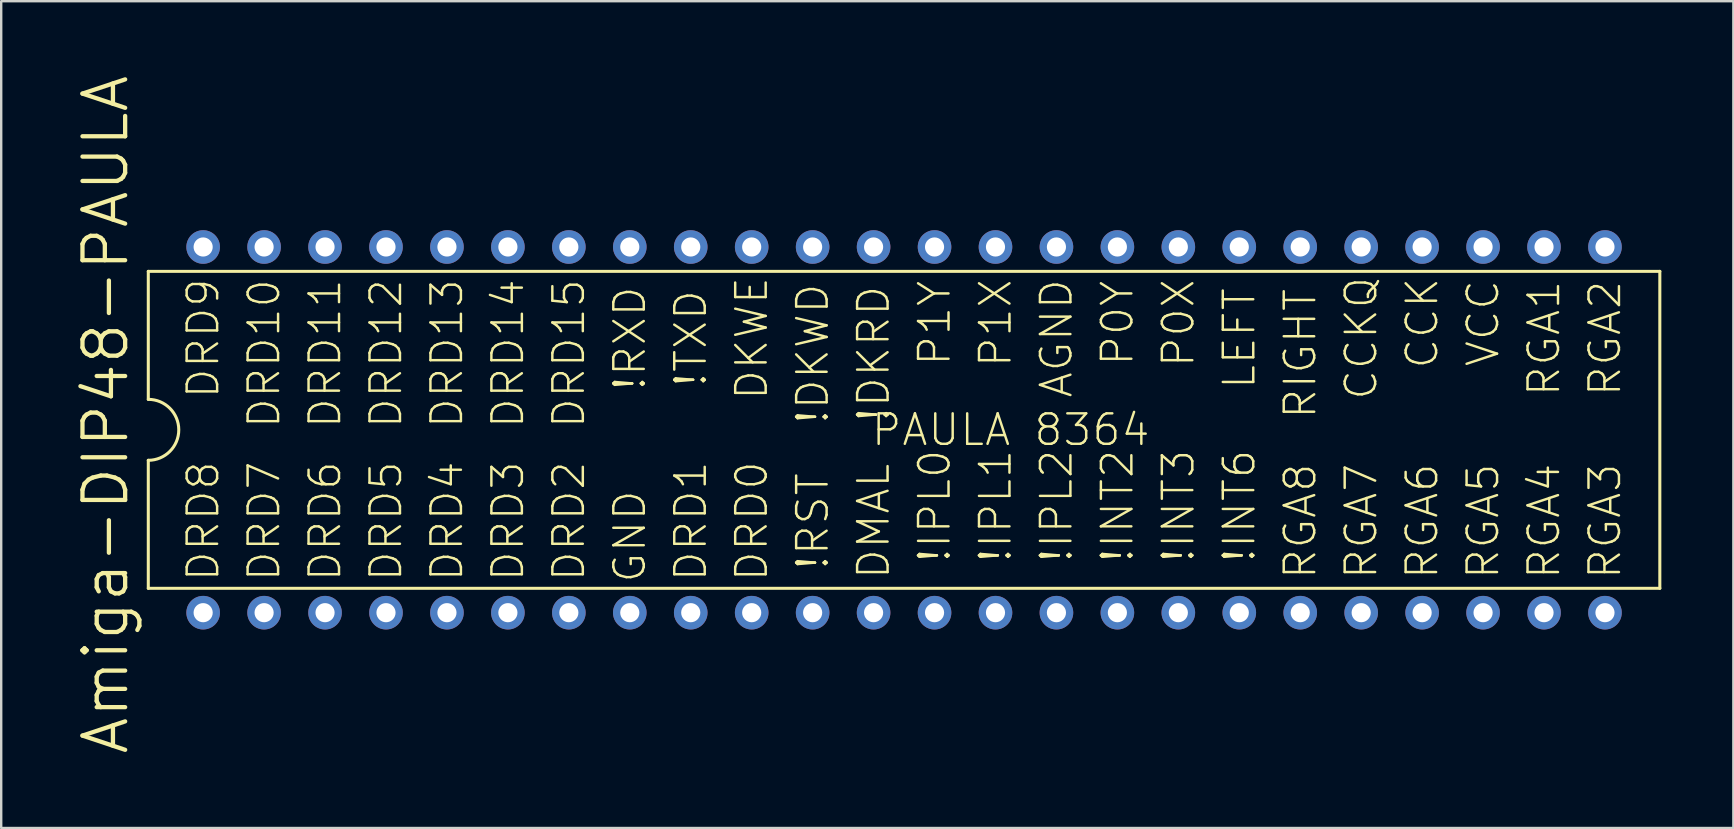
<source format=kicad_pcb>
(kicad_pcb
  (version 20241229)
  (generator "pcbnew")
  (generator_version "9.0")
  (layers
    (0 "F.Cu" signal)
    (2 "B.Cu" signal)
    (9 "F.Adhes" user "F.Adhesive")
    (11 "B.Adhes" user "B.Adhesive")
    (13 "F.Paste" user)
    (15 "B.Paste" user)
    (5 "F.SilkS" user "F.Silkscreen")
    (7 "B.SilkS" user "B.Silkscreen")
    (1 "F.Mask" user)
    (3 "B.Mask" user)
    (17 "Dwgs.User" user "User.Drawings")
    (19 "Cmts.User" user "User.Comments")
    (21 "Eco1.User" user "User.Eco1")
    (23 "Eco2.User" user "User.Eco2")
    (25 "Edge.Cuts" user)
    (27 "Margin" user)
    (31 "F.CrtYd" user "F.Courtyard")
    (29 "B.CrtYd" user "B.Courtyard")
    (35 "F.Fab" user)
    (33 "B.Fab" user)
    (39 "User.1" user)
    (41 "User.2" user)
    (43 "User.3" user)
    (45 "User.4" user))
  (footprint "Amiga-DIP48-PAULA"
    (layer "F.Cu")
    (at 34.626 14.863)
    (property "Reference" "Amiga-DIP48-PAULA" (at -33.274 -0.635 90) (layer "F.SilkS") (effects (font (size 1.778 1.778) (thickness 0.178))))
    (attr exclude_from_pos_files exclude_from_bom)
    (fp_line (start -31.496 -6.604) (end -31.496 -1.27) (stroke (width 0.127) (type solid)) (layer "F.SilkS"))
    (fp_line (start -31.496 -6.604) (end 31.496 -6.604) (stroke (width 0.127) (type solid)) (layer "F.SilkS"))
    (fp_line (start -31.496 1.27) (end -31.496 6.604) (stroke (width 0.127) (type solid)) (layer "F.SilkS"))
    (fp_line (start -31.496 6.604) (end 31.496 6.604) (stroke (width 0.127) (type solid)) (layer "F.SilkS"))
    (fp_line (start 31.496 6.604) (end 31.496 -6.604) (stroke (width 0.127) (type solid)) (layer "F.SilkS"))
    (fp_arc (start -31.496 -1.27) (mid -30.226 0) (end -31.496 1.27) (stroke (width 0.127) (type solid)) (layer "F.SilkS"))
    (fp_text user "DRD1" (at -8.89 3.81 90) (layer "F.SilkS") (effects (font (size 1.27 1.27) (thickness 0.102))))
    (fp_text user "DRD6" (at -24.13 3.81 90) (layer "F.SilkS") (effects (font (size 1.27 1.27) (thickness 0.102))))
    (fp_text user "DRD0" (at -6.35 3.81 90) (layer "F.SilkS") (effects (font (size 1.27 1.27) (thickness 0.102))))
    (fp_text user "P1Y" (at 1.27 -4.445 90) (layer "F.SilkS") (effects (font (size 1.27 1.27) (thickness 0.102))))
    (fp_text user "RGA5" (at 24.13 3.81 90) (layer "F.SilkS") (effects (font (size 1.27 1.27) (thickness 0.102))))
    (fp_text user "DRD12" (at -21.59 -3.175 90) (layer "F.SilkS") (effects (font (size 1.27 1.27) (thickness 0.102))))
    (fp_text user "RGA4" (at 26.67 3.81 90) (layer "F.SilkS") (effects (font (size 1.27 1.27) (thickness 0.102))))
    (fp_text user "RGA8" (at 16.51 3.81 90) (layer "F.SilkS") (effects (font (size 1.27 1.27) (thickness 0.102))))
    (fp_text user "DRD8" (at -29.21 3.81 90) (layer "F.SilkS") (effects (font (size 1.27 1.27) (thickness 0.102))))
    (fp_text user "GND" (at -11.43 4.445 90) (layer "F.SilkS") (effects (font (size 1.27 1.27) (thickness 0.102))))
    (fp_text user "DRD10" (at -26.67 -3.175 90) (layer "F.SilkS") (effects (font (size 1.27 1.27) (thickness 0.102))))
    (fp_text user "P1X" (at 3.81 -4.445 90) (layer "F.SilkS") (effects (font (size 1.27 1.27) (thickness 0.102))))
    (fp_text user "DRD11" (at -24.13 -3.175 90) (layer "F.SilkS") (effects (font (size 1.27 1.27) (thickness 0.102))))
    (fp_text user "VCC" (at 24.13 -4.445 90) (layer "F.SilkS") (effects (font (size 1.27 1.27) (thickness 0.102))))
    (fp_text user "DRD13" (at -19.05 -3.175 90) (layer "F.SilkS") (effects (font (size 1.27 1.27) (thickness 0.102))))
    (fp_text user "DRD9" (at -29.21 -3.81 90) (layer "F.SilkS") (effects (font (size 1.27 1.27) (thickness 0.102))))
    (fp_text user "DRD14" (at -16.51 -3.175 90) (layer "F.SilkS") (effects (font (size 1.27 1.27) (thickness 0.102))))
    (fp_text user "DMAL" (at -1.27 3.81 90) (layer "F.SilkS") (effects (font (size 1.27 1.27) (thickness 0.102))))
    (fp_text user "DRD5" (at -21.59 3.81 90) (layer "F.SilkS") (effects (font (size 1.27 1.27) (thickness 0.102))))
    (fp_text user "DRD15" (at -13.97 -3.175 90) (layer "F.SilkS") (effects (font (size 1.27 1.27) (thickness 0.102))))
    (fp_text user "RGA1" (at 26.67 -3.81 90) (layer "F.SilkS") (effects (font (size 1.27 1.27) (thickness 0.102))))
    (fp_text user "!IPL0" (at 1.27 3.175 90) (layer "F.SilkS") (effects (font (size 1.27 1.27) (thickness 0.102))))
    (fp_text user "DRD3" (at -16.51 3.81 90) (layer "F.SilkS") (effects (font (size 1.27 1.27) (thickness 0.102))))
    (fp_text user "RGA2" (at 29.21 -3.81 90) (layer "F.SilkS") (effects (font (size 1.27 1.27) (thickness 0.102))))
    (fp_text user "!DKRD" (at -1.27 -3.175 90) (layer "F.SilkS") (effects (font (size 1.27 1.27) (thickness 0.102))))
    (fp_text user "AGND" (at 6.35 -3.81 90) (layer "F.SilkS") (effects (font (size 1.27 1.27) (thickness 0.102))))
    (fp_text user "CCK" (at 21.59 -4.445 90) (layer "F.SilkS") (effects (font (size 1.27 1.27) (thickness 0.102))))
    (fp_text user "!INT3" (at 11.43 3.175 90) (layer "F.SilkS") (effects (font (size 1.27 1.27) (thickness 0.102))))
    (fp_text user "P0Y" (at 8.89 -4.445 90) (layer "F.SilkS") (effects (font (size 1.27 1.27) (thickness 0.102))))
    (fp_text user "!IPL1" (at 3.81 3.175 90) (layer "F.SilkS") (effects (font (size 1.27 1.27) (thickness 0.102))))
    (fp_text user "!INT6" (at 13.97 3.175 90) (layer "F.SilkS") (effects (font (size 1.27 1.27) (thickness 0.102))))
    (fp_text user "!TXD" (at -8.89 -3.81 90) (layer "F.SilkS") (effects (font (size 1.27 1.27) (thickness 0.102))))
    (fp_text user "!IPL2" (at 6.35 3.175 90) (layer "F.SilkS") (effects (font (size 1.27 1.27) (thickness 0.102))))
    (fp_text user "!DKWD" (at -3.81 -3.175 90) (layer "F.SilkS") (effects (font (size 1.27 1.27) (thickness 0.102))))
    (fp_text user "PAULA 8364" (at 4.445 0 0) (layer "F.SilkS") (effects (font (size 1.27 1.27) (thickness 0.102))))
    (fp_text user "!RST" (at -3.81 3.81 90) (layer "F.SilkS") (effects (font (size 1.27 1.27) (thickness 0.102))))
    (fp_text user "CCKQ" (at 19.05 -3.81 90) (layer "F.SilkS") (effects (font (size 1.27 1.27) (thickness 0.102))))
    (fp_text user "P0X" (at 11.43 -4.445 90) (layer "F.SilkS") (effects (font (size 1.27 1.27) (thickness 0.102))))
    (fp_text user "RGA3" (at 29.21 3.81 90) (layer "F.SilkS") (effects (font (size 1.27 1.27) (thickness 0.102))))
    (fp_text user "DRD4" (at -19.05 3.81 90) (layer "F.SilkS") (effects (font (size 1.27 1.27) (thickness 0.102))))
    (fp_text user "!INT2" (at 8.89 3.175 90) (layer "F.SilkS") (effects (font (size 1.27 1.27) (thickness 0.102))))
    (fp_text user "RIGHT" (at 16.51 -3.175 90) (layer "F.SilkS") (effects (font (size 1.27 1.27) (thickness 0.102))))
    (fp_text user "RGA6" (at 21.59 3.81 90) (layer "F.SilkS") (effects (font (size 1.27 1.27) (thickness 0.102))))
    (fp_text user "LEFT" (at 13.97 -3.81 90) (layer "F.SilkS") (effects (font (size 1.27 1.27) (thickness 0.102))))
    (fp_text user "DKWE" (at -6.35 -3.81 90) (layer "F.SilkS") (effects (font (size 1.27 1.27) (thickness 0.102))))
    (fp_text user "!RXD" (at -11.43 -3.81 90) (layer "F.SilkS") (effects (font (size 1.27 1.27) (thickness 0.102))))
    (fp_text user "DRD7" (at -26.67 3.81 90) (layer "F.SilkS") (effects (font (size 1.27 1.27) (thickness 0.102))))
    (fp_text user "RGA7" (at 19.05 3.81 90) (layer "F.SilkS") (effects (font (size 1.27 1.27) (thickness 0.102))))
    (fp_text user "DRD2" (at -13.97 3.81 90) (layer "F.SilkS") (effects (font (size 1.27 1.27) (thickness 0.102))))
    (pad "1" thru_hole circle (at -29.21 7.62) (size 1.4 1.4) (drill 0.798) (layers "*.Cu" "*.Paste" "*.Mask"))
    (pad "2" thru_hole circle (at -26.67 7.62) (size 1.4 1.4) (drill 0.798) (layers "*.Cu" "*.Paste" "*.Mask"))
    (pad "3" thru_hole circle (at -24.13 7.62) (size 1.4 1.4) (drill 0.798) (layers "*.Cu" "*.Paste" "*.Mask"))
    (pad "4" thru_hole circle (at -21.59 7.62) (size 1.4 1.4) (drill 0.798) (layers "*.Cu" "*.Paste" "*.Mask"))
    (pad "5" thru_hole circle (at -19.05 7.62) (size 1.4 1.4) (drill 0.798) (layers "*.Cu" "*.Paste" "*.Mask"))
    (pad "6" thru_hole circle (at -16.51 7.62) (size 1.4 1.4) (drill 0.798) (layers "*.Cu" "*.Paste" "*.Mask"))
    (pad "7" thru_hole circle (at -13.97 7.62) (size 1.4 1.4) (drill 0.798) (layers "*.Cu" "*.Paste" "*.Mask"))
    (pad "8" thru_hole circle (at -11.43 7.62) (size 1.4 1.4) (drill 0.798) (layers "*.Cu" "*.Paste" "*.Mask"))
    (pad "9" thru_hole circle (at -8.89 7.62) (size 1.4 1.4) (drill 0.798) (layers "*.Cu" "*.Paste" "*.Mask"))
    (pad "10" thru_hole circle (at -6.35 7.62) (size 1.4 1.4) (drill 0.798) (layers "*.Cu" "*.Paste" "*.Mask"))
    (pad "11" thru_hole circle (at -3.81 7.62) (size 1.4 1.4) (drill 0.798) (layers "*.Cu" "*.Paste" "*.Mask"))
    (pad "12" thru_hole circle (at -1.27 7.62) (size 1.4 1.4) (drill 0.798) (layers "*.Cu" "*.Paste" "*.Mask"))
    (pad "13" thru_hole circle (at 1.27 7.62) (size 1.4 1.4) (drill 0.798) (layers "*.Cu" "*.Paste" "*.Mask"))
    (pad "14" thru_hole circle (at 3.81 7.62) (size 1.4 1.4) (drill 0.798) (layers "*.Cu" "*.Paste" "*.Mask"))
    (pad "15" thru_hole circle (at 6.35 7.62) (size 1.4 1.4) (drill 0.798) (layers "*.Cu" "*.Paste" "*.Mask"))
    (pad "16" thru_hole circle (at 8.89 7.62) (size 1.4 1.4) (drill 0.798) (layers "*.Cu" "*.Paste" "*.Mask"))
    (pad "17" thru_hole circle (at 11.43 7.62) (size 1.4 1.4) (drill 0.798) (layers "*.Cu" "*.Paste" "*.Mask"))
    (pad "18" thru_hole circle (at 13.97 7.62) (size 1.4 1.4) (drill 0.798) (layers "*.Cu" "*.Paste" "*.Mask"))
    (pad "19" thru_hole circle (at 16.51 7.62) (size 1.4 1.4) (drill 0.798) (layers "*.Cu" "*.Paste" "*.Mask"))
    (pad "20" thru_hole circle (at 19.05 7.62) (size 1.4 1.4) (drill 0.798) (layers "*.Cu" "*.Paste" "*.Mask"))
    (pad "21" thru_hole circle (at 21.59 7.62) (size 1.4 1.4) (drill 0.798) (layers "*.Cu" "*.Paste" "*.Mask"))
    (pad "22" thru_hole circle (at 24.13 7.62) (size 1.4 1.4) (drill 0.798) (layers "*.Cu" "*.Paste" "*.Mask"))
    (pad "23" thru_hole circle (at 26.67 7.62) (size 1.4 1.4) (drill 0.798) (layers "*.Cu" "*.Paste" "*.Mask"))
    (pad "24" thru_hole circle (at 29.21 7.62) (size 1.4 1.4) (drill 0.798) (layers "*.Cu" "*.Paste" "*.Mask"))
    (pad "25" thru_hole circle (at 29.21 -7.62) (size 1.4 1.4) (drill 0.798) (layers "*.Cu" "*.Paste" "*.Mask"))
    (pad "26" thru_hole circle (at 26.67 -7.62) (size 1.4 1.4) (drill 0.798) (layers "*.Cu" "*.Paste" "*.Mask"))
    (pad "27" thru_hole circle (at 24.13 -7.62) (size 1.4 1.4) (drill 0.798) (layers "*.Cu" "*.Paste" "*.Mask"))
    (pad "28" thru_hole circle (at 21.59 -7.62) (size 1.4 1.4) (drill 0.798) (layers "*.Cu" "*.Paste" "*.Mask"))
    (pad "29" thru_hole circle (at 19.05 -7.62) (size 1.4 1.4) (drill 0.798) (layers "*.Cu" "*.Paste" "*.Mask"))
    (pad "30" thru_hole circle (at 16.51 -7.62) (size 1.4 1.4) (drill 0.798) (layers "*.Cu" "*.Paste" "*.Mask"))
    (pad "31" thru_hole circle (at 13.97 -7.62) (size 1.4 1.4) (drill 0.798) (layers "*.Cu" "*.Paste" "*.Mask"))
    (pad "32" thru_hole circle (at 11.43 -7.62) (size 1.4 1.4) (drill 0.798) (layers "*.Cu" "*.Paste" "*.Mask"))
    (pad "33" thru_hole circle (at 8.89 -7.62) (size 1.4 1.4) (drill 0.798) (layers "*.Cu" "*.Paste" "*.Mask"))
    (pad "34" thru_hole circle (at 6.35 -7.62) (size 1.4 1.4) (drill 0.798) (layers "*.Cu" "*.Paste" "*.Mask"))
    (pad "35" thru_hole circle (at 3.81 -7.62) (size 1.4 1.4) (drill 0.798) (layers "*.Cu" "*.Paste" "*.Mask"))
    (pad "36" thru_hole circle (at 1.27 -7.62) (size 1.4 1.4) (drill 0.798) (layers "*.Cu" "*.Paste" "*.Mask"))
    (pad "37" thru_hole circle (at -1.27 -7.62) (size 1.4 1.4) (drill 0.798) (layers "*.Cu" "*.Paste" "*.Mask"))
    (pad "38" thru_hole circle (at -3.81 -7.62) (size 1.4 1.4) (drill 0.798) (layers "*.Cu" "*.Paste" "*.Mask"))
    (pad "39" thru_hole circle (at -6.35 -7.62) (size 1.4 1.4) (drill 0.798) (layers "*.Cu" "*.Paste" "*.Mask"))
    (pad "40" thru_hole circle (at -8.89 -7.62) (size 1.4 1.4) (drill 0.798) (layers "*.Cu" "*.Paste" "*.Mask"))
    (pad "41" thru_hole circle (at -11.43 -7.62) (size 1.4 1.4) (drill 0.798) (layers "*.Cu" "*.Paste" "*.Mask"))
    (pad "42" thru_hole circle (at -13.97 -7.62) (size 1.4 1.4) (drill 0.798) (layers "*.Cu" "*.Paste" "*.Mask"))
    (pad "43" thru_hole circle (at -16.51 -7.62) (size 1.4 1.4) (drill 0.798) (layers "*.Cu" "*.Paste" "*.Mask"))
    (pad "44" thru_hole circle (at -19.05 -7.62) (size 1.4 1.4) (drill 0.798) (layers "*.Cu" "*.Paste" "*.Mask"))
    (pad "45" thru_hole circle (at -21.59 -7.62) (size 1.4 1.4) (drill 0.798) (layers "*.Cu" "*.Paste" "*.Mask"))
    (pad "46" thru_hole circle (at -24.13 -7.62) (size 1.4 1.4) (drill 0.798) (layers "*.Cu" "*.Paste" "*.Mask"))
    (pad "47" thru_hole circle (at -26.67 -7.62) (size 1.4 1.4) (drill 0.798) (layers "*.Cu" "*.Paste" "*.Mask"))
    (pad "48" thru_hole circle (at -29.21 -7.62) (size 1.4 1.4) (drill 0.798) (layers "*.Cu" "*.Paste" "*.Mask")))
  (gr_rect
    (start -3 -3)
    (end 69.186 31.456)
    (stroke (width 0.1) (type default))
    (fill no)
    (layer "Edge.Cuts")))
</source>
